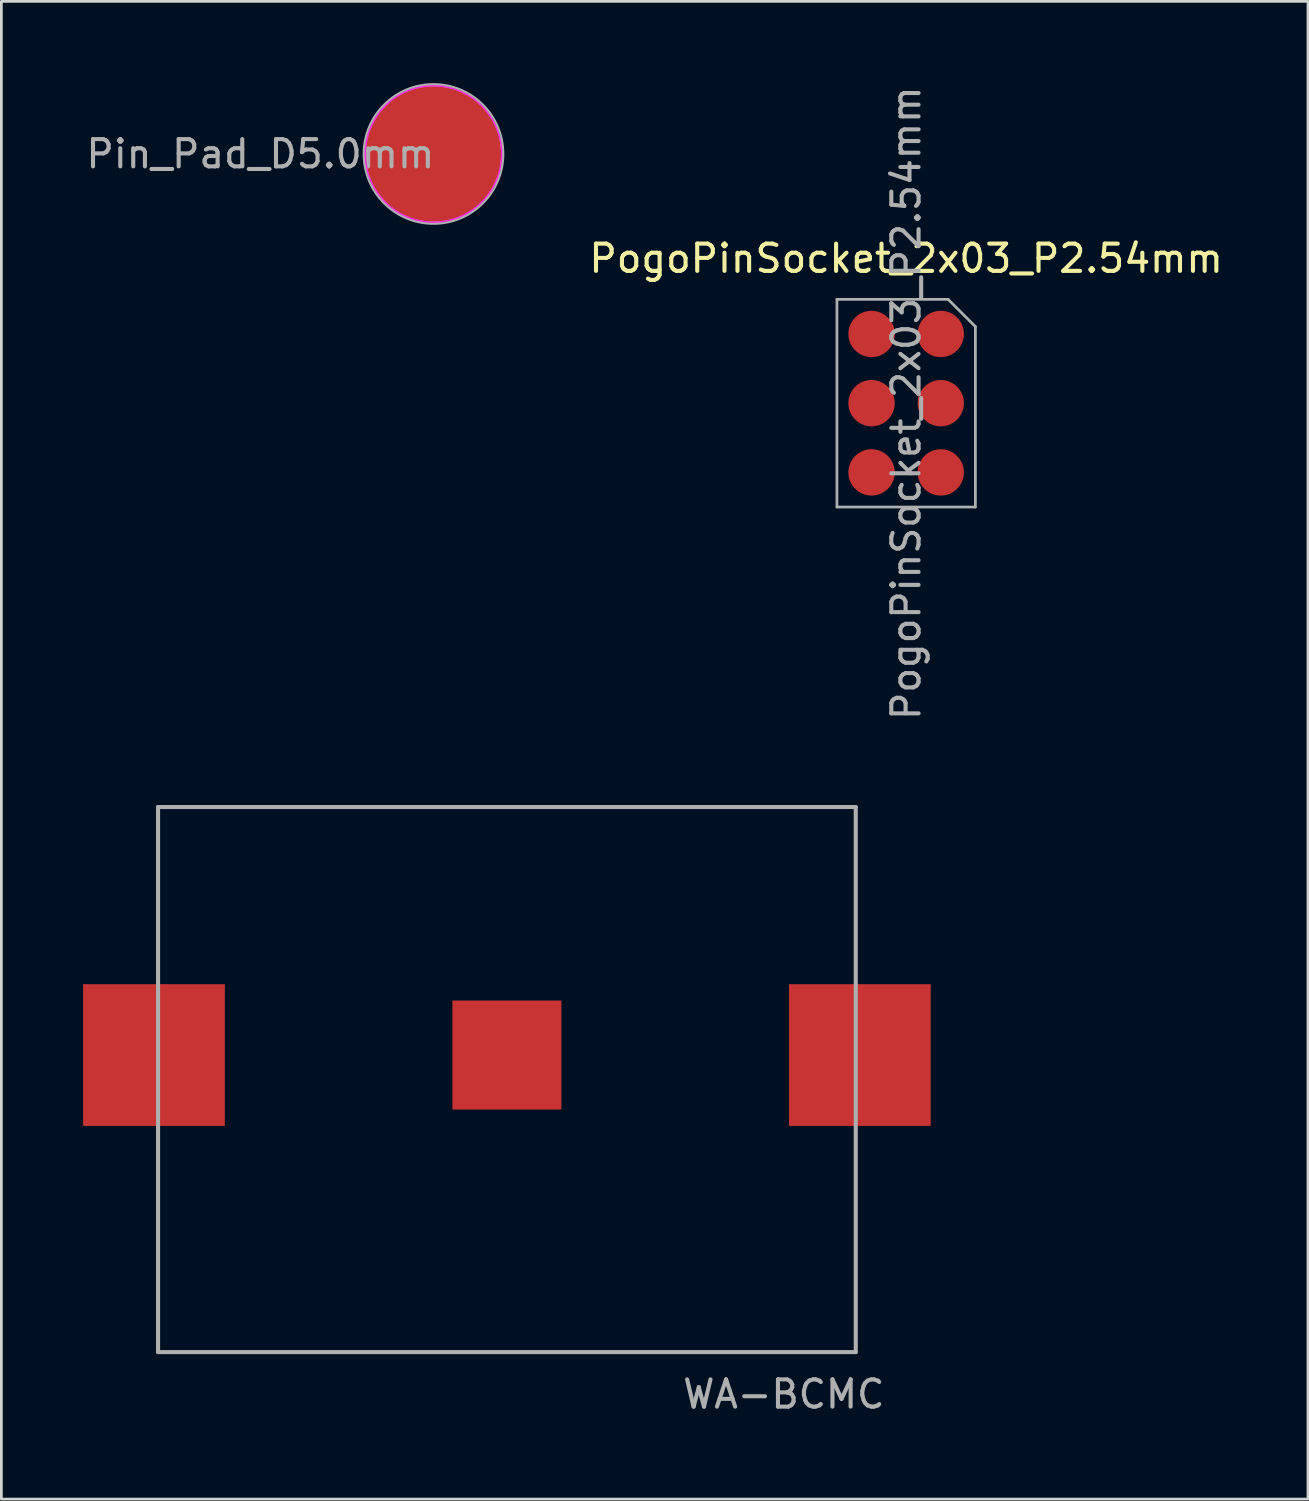
<source format=kicad_pcb>
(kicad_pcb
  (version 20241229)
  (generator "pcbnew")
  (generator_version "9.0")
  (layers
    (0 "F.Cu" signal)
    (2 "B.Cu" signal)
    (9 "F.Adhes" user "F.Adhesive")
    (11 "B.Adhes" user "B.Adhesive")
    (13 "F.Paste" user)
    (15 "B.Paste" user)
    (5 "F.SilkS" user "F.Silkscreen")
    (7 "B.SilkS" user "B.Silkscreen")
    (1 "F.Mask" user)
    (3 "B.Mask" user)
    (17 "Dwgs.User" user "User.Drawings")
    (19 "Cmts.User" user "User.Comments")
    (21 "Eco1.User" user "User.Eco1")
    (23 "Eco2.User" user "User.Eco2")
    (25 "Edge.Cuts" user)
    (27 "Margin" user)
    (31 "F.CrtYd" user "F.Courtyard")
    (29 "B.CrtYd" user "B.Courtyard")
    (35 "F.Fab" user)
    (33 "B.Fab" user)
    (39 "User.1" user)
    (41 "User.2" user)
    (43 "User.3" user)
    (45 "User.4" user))
  (footprint "WA-BCMC"
    (layer "F.Cu")
    (at 15.55 35.663)
    (property "Reference" "WA-BCMC" (at 10.16 12.446 0) (layer "F.Fab") (effects (font (size 1 1) (thickness 0.15))))
    (attr through_hole)
    (fp_line (start -12.8 -9.1) (end 12.8 -9.1) (stroke (width 0.15) (type solid)) (layer "F.Fab"))
    (fp_line (start -12.8 10.9) (end -12.8 -9.1) (stroke (width 0.15) (type solid)) (layer "F.Fab"))
    (fp_line (start 12.8 -9.1) (end 12.8 10.9) (stroke (width 0.15) (type solid)) (layer "F.Fab"))
    (fp_line (start 12.8 10.9) (end -12.8 10.9) (stroke (width 0.15) (type solid)) (layer "F.Fab"))
    (pad "1" smd rect (at -12.95 0) (size 5.2 5.2) (layers "F.Cu" "F.Mask" "F.Paste"))
    (pad "1" smd rect (at 12.95 0) (size 5.2 5.2) (layers "F.Cu" "F.Mask" "F.Paste"))
    (pad "2" smd rect (at 0 0) (size 4 4) (layers "F.Cu" "F.Mask" "F.Paste")))
  (footprint "Pin_Pad_D5.0mm"
    (layer "F.Cu")
    (at 12.856 2.6)
    (property "Reference" "Pin_Pad_D5.0mm" (at -6.35 0 0) (layer "F.Fab") (effects (font (size 1 1) (thickness 0.15))))
    (attr exclude_from_pos_files exclude_from_bom)
    (fp_circle (center 0 0) (end 2.5 0) (stroke (width 0.05) (type solid)) (fill no) (layer "F.CrtYd"))
    (fp_circle (center 0 0) (end 2.54 0) (stroke (width 0.12) (type solid)) (fill no) (layer "F.Fab"))
    (pad "1" smd circle (at 0 0) (size 5 5) (layers "F.Cu" "F.Mask")))
  (footprint "PogoPinSocket_2x03_P2.54mm"
    (layer "F.Cu")
    (at 31.47 9.204)
    (property "Reference" "PogoPinSocket_2x03_P2.54mm" (at -1.27 -2.77 0) (layer "F.SilkS") (effects (font (size 1 1) (thickness 0.15))))
    (attr through_hole)
    (fp_line (start -3.81 -1.27) (end 0.27 -1.27) (stroke (width 0.1) (type solid)) (layer "F.Fab"))
    (fp_line (start -3.81 6.35) (end -3.81 -1.27) (stroke (width 0.1) (type solid)) (layer "F.Fab"))
    (fp_line (start 0.27 -1.27) (end 1.27 -0.27) (stroke (width 0.1) (type solid)) (layer "F.Fab"))
    (fp_line (start 1.27 -0.27) (end 1.27 6.35) (stroke (width 0.1) (type solid)) (layer "F.Fab"))
    (fp_line (start 1.27 6.35) (end -3.81 6.35) (stroke (width 0.1) (type solid)) (layer "F.Fab"))
    (fp_text user "${REFERENCE}" (at -1.27 2.54 270) (layer "F.Fab") (effects (font (size 1 1) (thickness 0.15))))
    (pad "1" smd circle (at 0 0) (size 1.7 1.7) (layers "F.Cu" "F.Mask" "F.Paste"))
    (pad "2" smd oval (at -2.54 0) (size 1.7 1.7) (layers "F.Cu" "F.Mask" "F.Paste"))
    (pad "3" smd circle (at 0 2.54) (size 1.7 1.7) (layers "F.Cu" "F.Mask" "F.Paste"))
    (pad "4" smd oval (at -2.54 2.54) (size 1.7 1.7) (layers "F.Cu" "F.Mask" "F.Paste"))
    (pad "5" smd oval (at 0 5.08) (size 1.7 1.7) (layers "F.Cu" "F.Mask" "F.Paste"))
    (pad "6" smd oval (at -2.54 5.08) (size 1.7 1.7) (layers "F.Cu" "F.Mask" "F.Paste")))
  (gr_rect
    (start -3 -3)
    (end 44.944 51.957)
    (stroke (width 0.1) (type default))
    (fill no)
    (layer "Edge.Cuts")))
</source>
